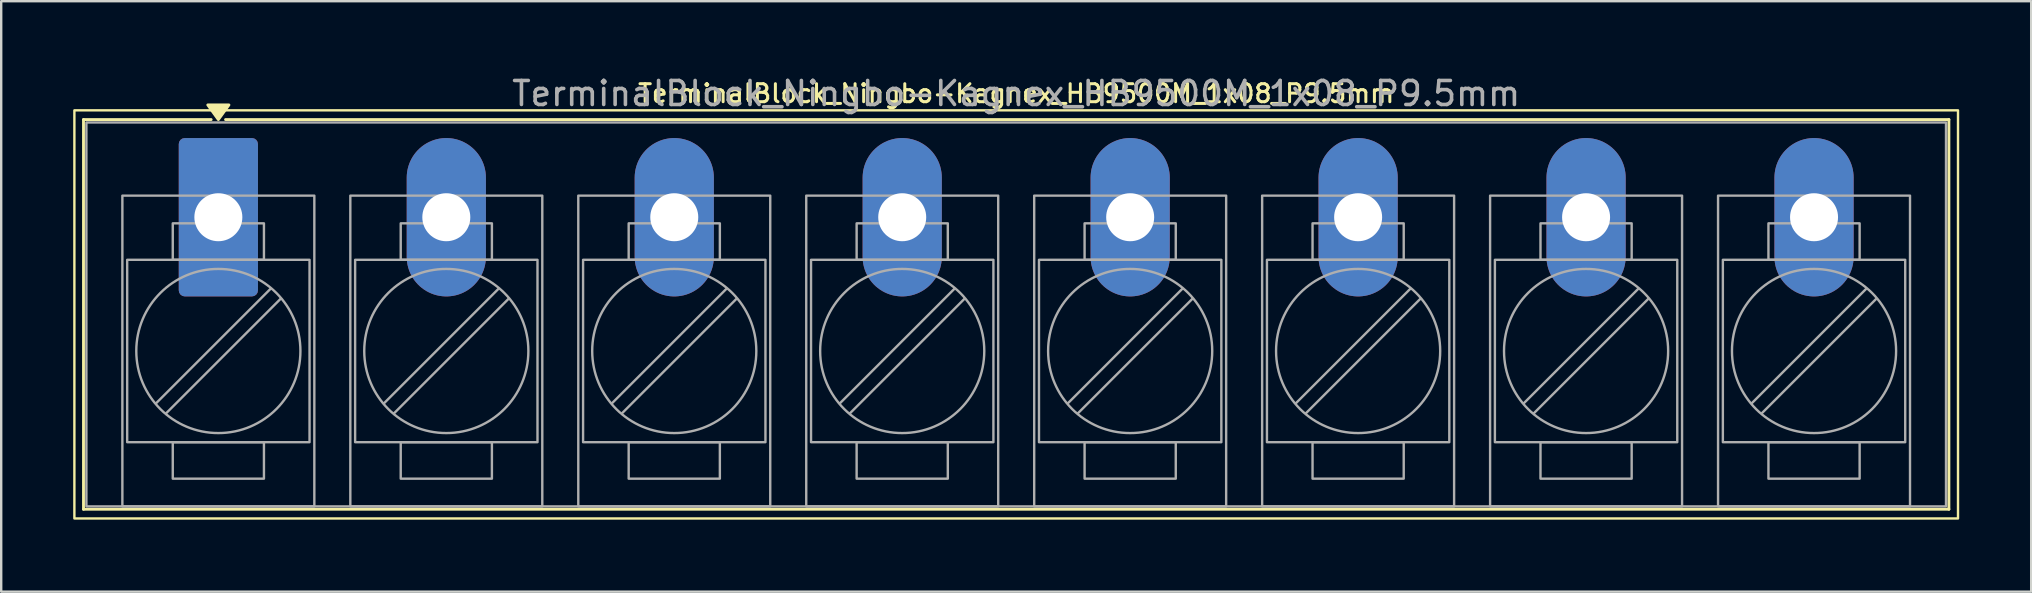
<source format=kicad_pcb>
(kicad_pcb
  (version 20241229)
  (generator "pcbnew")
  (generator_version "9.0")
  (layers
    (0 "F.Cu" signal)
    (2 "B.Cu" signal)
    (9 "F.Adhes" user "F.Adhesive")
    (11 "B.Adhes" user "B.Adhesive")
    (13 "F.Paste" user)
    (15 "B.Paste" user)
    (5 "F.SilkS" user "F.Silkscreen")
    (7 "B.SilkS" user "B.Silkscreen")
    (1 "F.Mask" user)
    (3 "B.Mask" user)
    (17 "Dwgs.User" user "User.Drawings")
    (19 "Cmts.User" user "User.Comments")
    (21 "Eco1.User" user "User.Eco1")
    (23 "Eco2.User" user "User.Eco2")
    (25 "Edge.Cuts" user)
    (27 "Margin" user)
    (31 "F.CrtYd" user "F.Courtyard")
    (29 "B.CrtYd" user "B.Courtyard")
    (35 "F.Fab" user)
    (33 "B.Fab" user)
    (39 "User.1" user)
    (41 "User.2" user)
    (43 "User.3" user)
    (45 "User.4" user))
  (footprint "TerminalBlock_Ningbo-Kagnex_HB9500M_1x08_P9.5mm"
    (layer "F.Cu")
    (at 6.05 6.003)
    (property "Reference" "TerminalBlock_Ningbo-Kagnex_HB9500M_1x08_P9.5mm" (at 33.25 -5.155 0) (layer "F.SilkS") (effects (font (size 0.75 0.75) (thickness 0.125))))
    (attr through_hole)
    (fp_line (start -5.62 -4.07) (end -0.3 -4.07) (stroke (width 0.12) (type solid)) (layer "F.SilkS"))
    (fp_line (start -5.62 12.17) (end -5.62 -4.07) (stroke (width 0.12) (type solid)) (layer "F.SilkS"))
    (fp_line (start 0.3 -4.07) (end 72.12 -4.07) (stroke (width 0.12) (type solid)) (layer "F.SilkS"))
    (fp_line (start 72.12 -4.07) (end 72.12 12.17) (stroke (width 0.12) (type solid)) (layer "F.SilkS"))
    (fp_line (start 72.12 12.17) (end -5.62 12.17) (stroke (width 0.12) (type solid)) (layer "F.SilkS"))
    (fp_rect (start -6 -4.455) (end 72.5 12.555) (stroke (width 0.1) (type solid)) (fill no) (layer "F.SilkS"))
    (fp_poly (pts (xy 0 -4.07) (xy -0.44 -4.68) (xy 0.44 -4.68)) (stroke (width 0.12) (type solid)) (fill yes) (layer "F.SilkS"))
    (fp_line (start 2.176 2.981) (end -2.594 7.751) (stroke (width 0.1) (type solid)) (layer "F.Fab"))
    (fp_line (start 2.594 3.399) (end -2.176 8.169) (stroke (width 0.1) (type solid)) (layer "F.Fab"))
    (fp_line (start 11.676 2.981) (end 6.906 7.751) (stroke (width 0.1) (type solid)) (layer "F.Fab"))
    (fp_line (start 12.094 3.399) (end 7.324 8.169) (stroke (width 0.1) (type solid)) (layer "F.Fab"))
    (fp_line (start 21.176 2.981) (end 16.406 7.751) (stroke (width 0.1) (type solid)) (layer "F.Fab"))
    (fp_line (start 21.594 3.399) (end 16.824 8.169) (stroke (width 0.1) (type solid)) (layer "F.Fab"))
    (fp_line (start 30.676 2.981) (end 25.906 7.751) (stroke (width 0.1) (type solid)) (layer "F.Fab"))
    (fp_line (start 31.094 3.399) (end 26.324 8.169) (stroke (width 0.1) (type solid)) (layer "F.Fab"))
    (fp_line (start 40.176 2.981) (end 35.406 7.751) (stroke (width 0.1) (type solid)) (layer "F.Fab"))
    (fp_line (start 40.594 3.399) (end 35.824 8.169) (stroke (width 0.1) (type solid)) (layer "F.Fab"))
    (fp_line (start 49.676 2.981) (end 44.906 7.751) (stroke (width 0.1) (type solid)) (layer "F.Fab"))
    (fp_line (start 50.094 3.399) (end 45.324 8.169) (stroke (width 0.1) (type solid)) (layer "F.Fab"))
    (fp_line (start 59.176 2.981) (end 54.406 7.751) (stroke (width 0.1) (type solid)) (layer "F.Fab"))
    (fp_line (start 59.594 3.399) (end 54.824 8.169) (stroke (width 0.1) (type solid)) (layer "F.Fab"))
    (fp_line (start 68.676 2.981) (end 63.906 7.751) (stroke (width 0.1) (type solid)) (layer "F.Fab"))
    (fp_line (start 69.094 3.399) (end 64.324 8.169) (stroke (width 0.1) (type solid)) (layer "F.Fab"))
    (fp_rect (start -5.5 -3.95) (end 72 12.05) (stroke (width 0.1) (type solid)) (fill no) (layer "F.Fab"))
    (fp_rect (start -4 -0.9) (end 4 12.05) (stroke (width 0.1) (type solid)) (fill no) (layer "F.Fab"))
    (fp_rect (start -3.8 1.775) (end 3.8 9.375) (stroke (width 0.1) (type solid)) (fill no) (layer "F.Fab"))
    (fp_rect (start -1.9 0.255) (end 1.9 1.775) (stroke (width 0.1) (type solid)) (fill no) (layer "F.Fab"))
    (fp_rect (start -1.9 9.375) (end 1.9 10.895) (stroke (width 0.1) (type solid)) (fill no) (layer "F.Fab"))
    (fp_rect (start 5.5 -0.9) (end 13.5 12.05) (stroke (width 0.1) (type solid)) (fill no) (layer "F.Fab"))
    (fp_rect (start 5.7 1.775) (end 13.3 9.375) (stroke (width 0.1) (type solid)) (fill no) (layer "F.Fab"))
    (fp_rect (start 7.6 0.255) (end 11.4 1.775) (stroke (width 0.1) (type solid)) (fill no) (layer "F.Fab"))
    (fp_rect (start 7.6 9.375) (end 11.4 10.895) (stroke (width 0.1) (type solid)) (fill no) (layer "F.Fab"))
    (fp_rect (start 15 -0.9) (end 23 12.05) (stroke (width 0.1) (type solid)) (fill no) (layer "F.Fab"))
    (fp_rect (start 15.2 1.775) (end 22.8 9.375) (stroke (width 0.1) (type solid)) (fill no) (layer "F.Fab"))
    (fp_rect (start 17.1 0.255) (end 20.9 1.775) (stroke (width 0.1) (type solid)) (fill no) (layer "F.Fab"))
    (fp_rect (start 17.1 9.375) (end 20.9 10.895) (stroke (width 0.1) (type solid)) (fill no) (layer "F.Fab"))
    (fp_rect (start 24.5 -0.9) (end 32.5 12.05) (stroke (width 0.1) (type solid)) (fill no) (layer "F.Fab"))
    (fp_rect (start 24.7 1.775) (end 32.3 9.375) (stroke (width 0.1) (type solid)) (fill no) (layer "F.Fab"))
    (fp_rect (start 26.6 0.255) (end 30.4 1.775) (stroke (width 0.1) (type solid)) (fill no) (layer "F.Fab"))
    (fp_rect (start 26.6 9.375) (end 30.4 10.895) (stroke (width 0.1) (type solid)) (fill no) (layer "F.Fab"))
    (fp_rect (start 34 -0.9) (end 42 12.05) (stroke (width 0.1) (type solid)) (fill no) (layer "F.Fab"))
    (fp_rect (start 34.2 1.775) (end 41.8 9.375) (stroke (width 0.1) (type solid)) (fill no) (layer "F.Fab"))
    (fp_rect (start 36.1 0.255) (end 39.9 1.775) (stroke (width 0.1) (type solid)) (fill no) (layer "F.Fab"))
    (fp_rect (start 36.1 9.375) (end 39.9 10.895) (stroke (width 0.1) (type solid)) (fill no) (layer "F.Fab"))
    (fp_rect (start 43.5 -0.9) (end 51.5 12.05) (stroke (width 0.1) (type solid)) (fill no) (layer "F.Fab"))
    (fp_rect (start 43.7 1.775) (end 51.3 9.375) (stroke (width 0.1) (type solid)) (fill no) (layer "F.Fab"))
    (fp_rect (start 45.6 0.255) (end 49.4 1.775) (stroke (width 0.1) (type solid)) (fill no) (layer "F.Fab"))
    (fp_rect (start 45.6 9.375) (end 49.4 10.895) (stroke (width 0.1) (type solid)) (fill no) (layer "F.Fab"))
    (fp_rect (start 53 -0.9) (end 61 12.05) (stroke (width 0.1) (type solid)) (fill no) (layer "F.Fab"))
    (fp_rect (start 53.2 1.775) (end 60.8 9.375) (stroke (width 0.1) (type solid)) (fill no) (layer "F.Fab"))
    (fp_rect (start 55.1 0.255) (end 58.9 1.775) (stroke (width 0.1) (type solid)) (fill no) (layer "F.Fab"))
    (fp_rect (start 55.1 9.375) (end 58.9 10.895) (stroke (width 0.1) (type solid)) (fill no) (layer "F.Fab"))
    (fp_rect (start 62.5 -0.9) (end 70.5 12.05) (stroke (width 0.1) (type solid)) (fill no) (layer "F.Fab"))
    (fp_rect (start 62.7 1.775) (end 70.3 9.375) (stroke (width 0.1) (type solid)) (fill no) (layer "F.Fab"))
    (fp_rect (start 64.6 0.255) (end 68.4 1.775) (stroke (width 0.1) (type solid)) (fill no) (layer "F.Fab"))
    (fp_rect (start 64.6 9.375) (end 68.4 10.895) (stroke (width 0.1) (type solid)) (fill no) (layer "F.Fab"))
    (fp_circle (center 0 5.575) (end 3.42 5.575) (stroke (width 0.1) (type solid)) (fill no) (layer "F.Fab"))
    (fp_circle (center 9.5 5.575) (end 12.92 5.575) (stroke (width 0.1) (type solid)) (fill no) (layer "F.Fab"))
    (fp_circle (center 19 5.575) (end 22.42 5.575) (stroke (width 0.1) (type solid)) (fill no) (layer "F.Fab"))
    (fp_circle (center 28.5 5.575) (end 31.92 5.575) (stroke (width 0.1) (type solid)) (fill no) (layer "F.Fab"))
    (fp_circle (center 38 5.575) (end 41.42 5.575) (stroke (width 0.1) (type solid)) (fill no) (layer "F.Fab"))
    (fp_circle (center 47.5 5.575) (end 50.92 5.575) (stroke (width 0.1) (type solid)) (fill no) (layer "F.Fab"))
    (fp_circle (center 57 5.575) (end 60.42 5.575) (stroke (width 0.1) (type solid)) (fill no) (layer "F.Fab"))
    (fp_circle (center 66.5 5.575) (end 69.92 5.575) (stroke (width 0.1) (type solid)) (fill no) (layer "F.Fab"))
    (fp_text user "${REFERENCE}" (at 33.25 -5.155 0) (layer "F.Fab") (effects (font (size 1 1) (thickness 0.15))))
    (pad "1" thru_hole roundrect (at 0 0) (size 3.3 6.6) (drill 2) (layers "*.Cu" "*.Mask") (roundrect_rratio 0.076))
    (pad "2" thru_hole oval (at 9.5 0) (size 3.3 6.6) (drill 2) (layers "*.Cu" "*.Mask"))
    (pad "3" thru_hole oval (at 19 0) (size 3.3 6.6) (drill 2) (layers "*.Cu" "*.Mask"))
    (pad "4" thru_hole oval (at 28.5 0) (size 3.3 6.6) (drill 2) (layers "*.Cu" "*.Mask"))
    (pad "5" thru_hole oval (at 38 0) (size 3.3 6.6) (drill 2) (layers "*.Cu" "*.Mask"))
    (pad "6" thru_hole oval (at 47.5 0) (size 3.3 6.6) (drill 2) (layers "*.Cu" "*.Mask"))
    (pad "7" thru_hole oval (at 57 0) (size 3.3 6.6) (drill 2) (layers "*.Cu" "*.Mask"))
    (pad "8" thru_hole oval (at 66.5 0) (size 3.3 6.6) (drill 2) (layers "*.Cu" "*.Mask")))
  (gr_rect
    (start -3 -3)
    (end 81.6 21.608)
    (stroke (width 0.1) (type default))
    (fill no)
    (layer "Edge.Cuts")))
</source>
